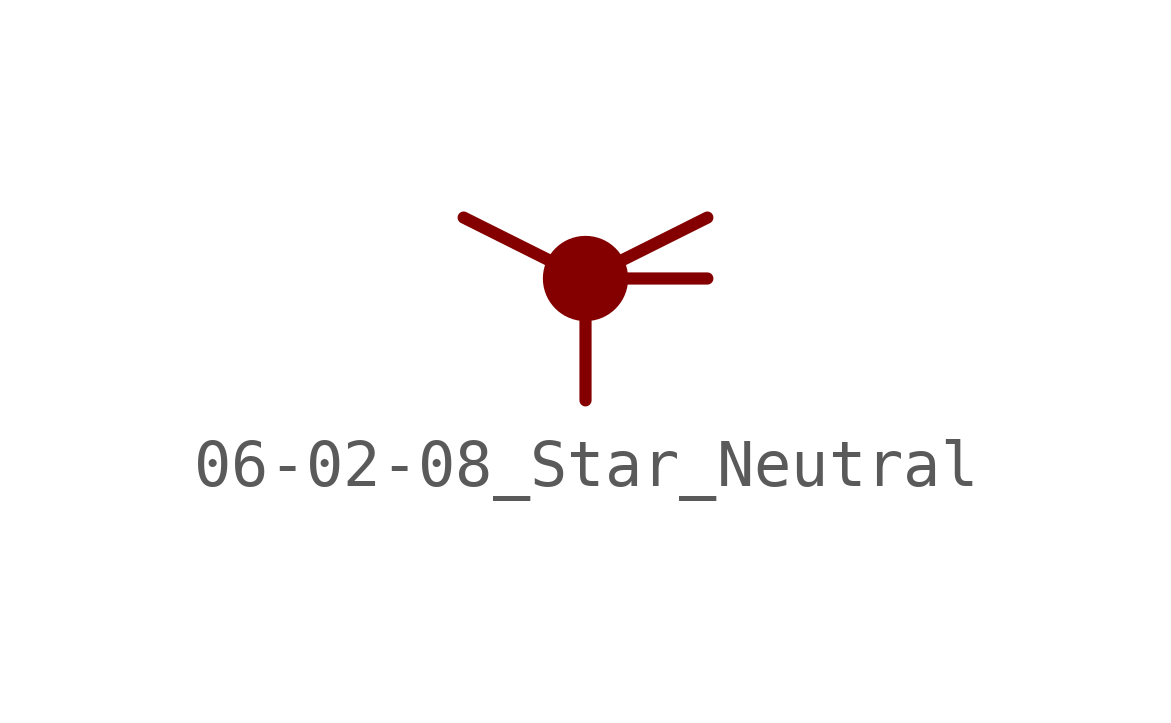
<source format=kicad_sym>
(kicad_symbol_lib
  (version 20201005)
  (generator kicad_symbol_editor)
  (symbol "Symbol_IEC_60617-6:06-02-08_Star_Neutral"
    (property "Reference" "#SYM"
      (at 0 0 0)
      (effects (font (size 1.27 1.27)) hide))
    (symbol "06-02-08_Star_Neutral_0_1"
      (circle (center 0 0) (radius 0.762) (stroke (width 0.254)) (fill (type outline)))
      (polyline (pts (xy -2.54 1.27) (xy 0 0) (xy 2.54 1.27)) (stroke (width 0.254)) (fill (type none)))
      (polyline (pts (xy 0 0) (xy 0 -2.54)) (stroke (width 0.254)) (fill (type none)))
      (polyline (pts (xy 0 0) (xy 2.54 0)) (stroke (width 0.254)) (fill (type none))))))
</source>
